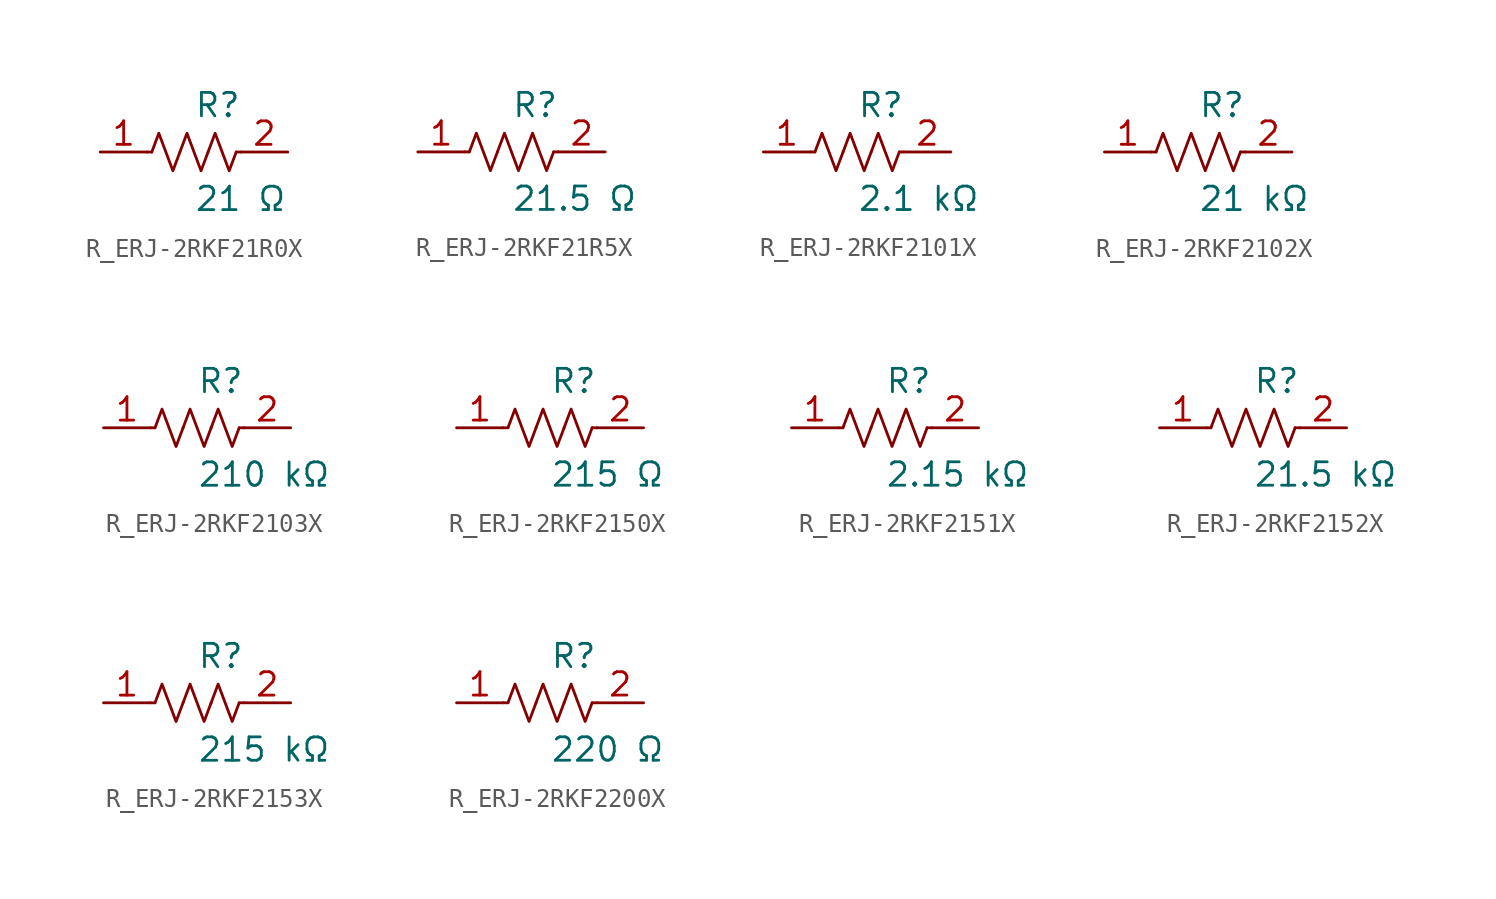
<source format=kicad_sym>
(kicad_symbol_lib
  (version 20231120)
  (generator kicad_symbol_editor)
  (generator_version 8.0)
  (symbol "R_ERJ-2RKF21R0X"
    (pin_names
      (offset 0.254))
    (property "Reference" "R"
      (at 0 2.54 0)
      (effects (font (size 1.27 1.27)) (justify left)))
    (property "Value" "21 Ω"
      (at 0 -2.54 0)
      (effects (font (size 1.27 1.27)) (justify left)))
    (symbol "R_ERJ-2RKF21R0X_0_1"
      (polyline (pts (xy 2.286 0) (xy 2.54 0)) (stroke (width 0) (type default)) (fill (type none)))
      (polyline (pts (xy -2.286 0) (xy -2.54 0)) (stroke (width 0) (type default)) (fill (type none)))
      (polyline (pts (xy 0.762 0) (xy 1.143 1.016) (xy 1.524 0) (xy 1.905 -1.016) (xy 2.286 0)) (stroke (width 0) (type default)) (fill (type none)))
      (polyline (pts (xy -0.762 0) (xy -0.381 1.016) (xy 0 0) (xy 0.381 -1.016) (xy 0.762 0)) (stroke (width 0) (type default)) (fill (type none)))
      (polyline (pts (xy -2.286 0) (xy -1.905 1.016) (xy -1.524 0) (xy -1.143 -1.016) (xy -0.762 0)) (stroke (width 0) (type default)) (fill (type none))))
    (pin passive line
      (at -5.08 0 0)
      (length 2.54)
      (name "" (effects (font (size 1.27 1.27))))
      (number "1" (effects (font (size 1.27 1.27)))))
    (pin passive line
      (at 5.08 0 180)
      (length 2.54)
      (name "" (effects (font (size 1.27 1.27))))
      (number "2" (effects (font (size 1.27 1.27))))))
  (symbol "R_ERJ-2RKF21R5X"
    (pin_names
      (offset 0.254))
    (property "Reference" "R"
      (at 0 2.54 0)
      (effects (font (size 1.27 1.27)) (justify left)))
    (property "Value" "21.5 Ω"
      (at 0 -2.54 0)
      (effects (font (size 1.27 1.27)) (justify left)))
    (symbol "R_ERJ-2RKF21R5X_0_1"
      (polyline (pts (xy 2.286 0) (xy 2.54 0)) (stroke (width 0) (type default)) (fill (type none)))
      (polyline (pts (xy -2.286 0) (xy -2.54 0)) (stroke (width 0) (type default)) (fill (type none)))
      (polyline (pts (xy 0.762 0) (xy 1.143 1.016) (xy 1.524 0) (xy 1.905 -1.016) (xy 2.286 0)) (stroke (width 0) (type default)) (fill (type none)))
      (polyline (pts (xy -0.762 0) (xy -0.381 1.016) (xy 0 0) (xy 0.381 -1.016) (xy 0.762 0)) (stroke (width 0) (type default)) (fill (type none)))
      (polyline (pts (xy -2.286 0) (xy -1.905 1.016) (xy -1.524 0) (xy -1.143 -1.016) (xy -0.762 0)) (stroke (width 0) (type default)) (fill (type none))))
    (pin passive line
      (at -5.08 0 0)
      (length 2.54)
      (name "" (effects (font (size 1.27 1.27))))
      (number "1" (effects (font (size 1.27 1.27)))))
    (pin passive line
      (at 5.08 0 180)
      (length 2.54)
      (name "" (effects (font (size 1.27 1.27))))
      (number "2" (effects (font (size 1.27 1.27))))))
  (symbol "R_ERJ-2RKF2101X"
    (pin_names
      (offset 0.254))
    (property "Reference" "R"
      (at 0 2.54 0)
      (effects (font (size 1.27 1.27)) (justify left)))
    (property "Value" "2.1 kΩ"
      (at 0 -2.54 0)
      (effects (font (size 1.27 1.27)) (justify left)))
    (symbol "R_ERJ-2RKF2101X_0_1"
      (polyline (pts (xy 2.286 0) (xy 2.54 0)) (stroke (width 0) (type default)) (fill (type none)))
      (polyline (pts (xy -2.286 0) (xy -2.54 0)) (stroke (width 0) (type default)) (fill (type none)))
      (polyline (pts (xy 0.762 0) (xy 1.143 1.016) (xy 1.524 0) (xy 1.905 -1.016) (xy 2.286 0)) (stroke (width 0) (type default)) (fill (type none)))
      (polyline (pts (xy -0.762 0) (xy -0.381 1.016) (xy 0 0) (xy 0.381 -1.016) (xy 0.762 0)) (stroke (width 0) (type default)) (fill (type none)))
      (polyline (pts (xy -2.286 0) (xy -1.905 1.016) (xy -1.524 0) (xy -1.143 -1.016) (xy -0.762 0)) (stroke (width 0) (type default)) (fill (type none))))
    (pin passive line
      (at -5.08 0 0)
      (length 2.54)
      (name "" (effects (font (size 1.27 1.27))))
      (number "1" (effects (font (size 1.27 1.27)))))
    (pin passive line
      (at 5.08 0 180)
      (length 2.54)
      (name "" (effects (font (size 1.27 1.27))))
      (number "2" (effects (font (size 1.27 1.27))))))
  (symbol "R_ERJ-2RKF2102X"
    (pin_names
      (offset 0.254))
    (property "Reference" "R"
      (at 0 2.54 0)
      (effects (font (size 1.27 1.27)) (justify left)))
    (property "Value" "21 kΩ"
      (at 0 -2.54 0)
      (effects (font (size 1.27 1.27)) (justify left)))
    (symbol "R_ERJ-2RKF2102X_0_1"
      (polyline (pts (xy 2.286 0) (xy 2.54 0)) (stroke (width 0) (type default)) (fill (type none)))
      (polyline (pts (xy -2.286 0) (xy -2.54 0)) (stroke (width 0) (type default)) (fill (type none)))
      (polyline (pts (xy 0.762 0) (xy 1.143 1.016) (xy 1.524 0) (xy 1.905 -1.016) (xy 2.286 0)) (stroke (width 0) (type default)) (fill (type none)))
      (polyline (pts (xy -0.762 0) (xy -0.381 1.016) (xy 0 0) (xy 0.381 -1.016) (xy 0.762 0)) (stroke (width 0) (type default)) (fill (type none)))
      (polyline (pts (xy -2.286 0) (xy -1.905 1.016) (xy -1.524 0) (xy -1.143 -1.016) (xy -0.762 0)) (stroke (width 0) (type default)) (fill (type none))))
    (pin passive line
      (at -5.08 0 0)
      (length 2.54)
      (name "" (effects (font (size 1.27 1.27))))
      (number "1" (effects (font (size 1.27 1.27)))))
    (pin passive line
      (at 5.08 0 180)
      (length 2.54)
      (name "" (effects (font (size 1.27 1.27))))
      (number "2" (effects (font (size 1.27 1.27))))))
  (symbol "R_ERJ-2RKF2103X"
    (pin_names
      (offset 0.254))
    (property "Reference" "R"
      (at 0 2.54 0)
      (effects (font (size 1.27 1.27)) (justify left)))
    (property "Value" "210 kΩ"
      (at 0 -2.54 0)
      (effects (font (size 1.27 1.27)) (justify left)))
    (symbol "R_ERJ-2RKF2103X_0_1"
      (polyline (pts (xy 2.286 0) (xy 2.54 0)) (stroke (width 0) (type default)) (fill (type none)))
      (polyline (pts (xy -2.286 0) (xy -2.54 0)) (stroke (width 0) (type default)) (fill (type none)))
      (polyline (pts (xy 0.762 0) (xy 1.143 1.016) (xy 1.524 0) (xy 1.905 -1.016) (xy 2.286 0)) (stroke (width 0) (type default)) (fill (type none)))
      (polyline (pts (xy -0.762 0) (xy -0.381 1.016) (xy 0 0) (xy 0.381 -1.016) (xy 0.762 0)) (stroke (width 0) (type default)) (fill (type none)))
      (polyline (pts (xy -2.286 0) (xy -1.905 1.016) (xy -1.524 0) (xy -1.143 -1.016) (xy -0.762 0)) (stroke (width 0) (type default)) (fill (type none))))
    (pin passive line
      (at -5.08 0 0)
      (length 2.54)
      (name "" (effects (font (size 1.27 1.27))))
      (number "1" (effects (font (size 1.27 1.27)))))
    (pin passive line
      (at 5.08 0 180)
      (length 2.54)
      (name "" (effects (font (size 1.27 1.27))))
      (number "2" (effects (font (size 1.27 1.27))))))
  (symbol "R_ERJ-2RKF2150X"
    (pin_names
      (offset 0.254))
    (property "Reference" "R"
      (at 0 2.54 0)
      (effects (font (size 1.27 1.27)) (justify left)))
    (property "Value" "215 Ω"
      (at 0 -2.54 0)
      (effects (font (size 1.27 1.27)) (justify left)))
    (symbol "R_ERJ-2RKF2150X_0_1"
      (polyline (pts (xy 2.286 0) (xy 2.54 0)) (stroke (width 0) (type default)) (fill (type none)))
      (polyline (pts (xy -2.286 0) (xy -2.54 0)) (stroke (width 0) (type default)) (fill (type none)))
      (polyline (pts (xy 0.762 0) (xy 1.143 1.016) (xy 1.524 0) (xy 1.905 -1.016) (xy 2.286 0)) (stroke (width 0) (type default)) (fill (type none)))
      (polyline (pts (xy -0.762 0) (xy -0.381 1.016) (xy 0 0) (xy 0.381 -1.016) (xy 0.762 0)) (stroke (width 0) (type default)) (fill (type none)))
      (polyline (pts (xy -2.286 0) (xy -1.905 1.016) (xy -1.524 0) (xy -1.143 -1.016) (xy -0.762 0)) (stroke (width 0) (type default)) (fill (type none))))
    (pin passive line
      (at -5.08 0 0)
      (length 2.54)
      (name "" (effects (font (size 1.27 1.27))))
      (number "1" (effects (font (size 1.27 1.27)))))
    (pin passive line
      (at 5.08 0 180)
      (length 2.54)
      (name "" (effects (font (size 1.27 1.27))))
      (number "2" (effects (font (size 1.27 1.27))))))
  (symbol "R_ERJ-2RKF2151X"
    (pin_names
      (offset 0.254))
    (property "Reference" "R"
      (at 0 2.54 0)
      (effects (font (size 1.27 1.27)) (justify left)))
    (property "Value" "2.15 kΩ"
      (at 0 -2.54 0)
      (effects (font (size 1.27 1.27)) (justify left)))
    (symbol "R_ERJ-2RKF2151X_0_1"
      (polyline (pts (xy 2.286 0) (xy 2.54 0)) (stroke (width 0) (type default)) (fill (type none)))
      (polyline (pts (xy -2.286 0) (xy -2.54 0)) (stroke (width 0) (type default)) (fill (type none)))
      (polyline (pts (xy 0.762 0) (xy 1.143 1.016) (xy 1.524 0) (xy 1.905 -1.016) (xy 2.286 0)) (stroke (width 0) (type default)) (fill (type none)))
      (polyline (pts (xy -0.762 0) (xy -0.381 1.016) (xy 0 0) (xy 0.381 -1.016) (xy 0.762 0)) (stroke (width 0) (type default)) (fill (type none)))
      (polyline (pts (xy -2.286 0) (xy -1.905 1.016) (xy -1.524 0) (xy -1.143 -1.016) (xy -0.762 0)) (stroke (width 0) (type default)) (fill (type none))))
    (pin passive line
      (at -5.08 0 0)
      (length 2.54)
      (name "" (effects (font (size 1.27 1.27))))
      (number "1" (effects (font (size 1.27 1.27)))))
    (pin passive line
      (at 5.08 0 180)
      (length 2.54)
      (name "" (effects (font (size 1.27 1.27))))
      (number "2" (effects (font (size 1.27 1.27))))))
  (symbol "R_ERJ-2RKF2152X"
    (pin_names
      (offset 0.254))
    (property "Reference" "R"
      (at 0 2.54 0)
      (effects (font (size 1.27 1.27)) (justify left)))
    (property "Value" "21.5 kΩ"
      (at 0 -2.54 0)
      (effects (font (size 1.27 1.27)) (justify left)))
    (symbol "R_ERJ-2RKF2152X_0_1"
      (polyline (pts (xy 2.286 0) (xy 2.54 0)) (stroke (width 0) (type default)) (fill (type none)))
      (polyline (pts (xy -2.286 0) (xy -2.54 0)) (stroke (width 0) (type default)) (fill (type none)))
      (polyline (pts (xy 0.762 0) (xy 1.143 1.016) (xy 1.524 0) (xy 1.905 -1.016) (xy 2.286 0)) (stroke (width 0) (type default)) (fill (type none)))
      (polyline (pts (xy -0.762 0) (xy -0.381 1.016) (xy 0 0) (xy 0.381 -1.016) (xy 0.762 0)) (stroke (width 0) (type default)) (fill (type none)))
      (polyline (pts (xy -2.286 0) (xy -1.905 1.016) (xy -1.524 0) (xy -1.143 -1.016) (xy -0.762 0)) (stroke (width 0) (type default)) (fill (type none))))
    (pin passive line
      (at -5.08 0 0)
      (length 2.54)
      (name "" (effects (font (size 1.27 1.27))))
      (number "1" (effects (font (size 1.27 1.27)))))
    (pin passive line
      (at 5.08 0 180)
      (length 2.54)
      (name "" (effects (font (size 1.27 1.27))))
      (number "2" (effects (font (size 1.27 1.27))))))
  (symbol "R_ERJ-2RKF2153X"
    (pin_names
      (offset 0.254))
    (property "Reference" "R"
      (at 0 2.54 0)
      (effects (font (size 1.27 1.27)) (justify left)))
    (property "Value" "215 kΩ"
      (at 0 -2.54 0)
      (effects (font (size 1.27 1.27)) (justify left)))
    (symbol "R_ERJ-2RKF2153X_0_1"
      (polyline (pts (xy 2.286 0) (xy 2.54 0)) (stroke (width 0) (type default)) (fill (type none)))
      (polyline (pts (xy -2.286 0) (xy -2.54 0)) (stroke (width 0) (type default)) (fill (type none)))
      (polyline (pts (xy 0.762 0) (xy 1.143 1.016) (xy 1.524 0) (xy 1.905 -1.016) (xy 2.286 0)) (stroke (width 0) (type default)) (fill (type none)))
      (polyline (pts (xy -0.762 0) (xy -0.381 1.016) (xy 0 0) (xy 0.381 -1.016) (xy 0.762 0)) (stroke (width 0) (type default)) (fill (type none)))
      (polyline (pts (xy -2.286 0) (xy -1.905 1.016) (xy -1.524 0) (xy -1.143 -1.016) (xy -0.762 0)) (stroke (width 0) (type default)) (fill (type none))))
    (pin passive line
      (at -5.08 0 0)
      (length 2.54)
      (name "" (effects (font (size 1.27 1.27))))
      (number "1" (effects (font (size 1.27 1.27)))))
    (pin passive line
      (at 5.08 0 180)
      (length 2.54)
      (name "" (effects (font (size 1.27 1.27))))
      (number "2" (effects (font (size 1.27 1.27))))))
  (symbol "R_ERJ-2RKF2200X"
    (pin_names
      (offset 0.254))
    (property "Reference" "R"
      (at 0 2.54 0)
      (effects (font (size 1.27 1.27)) (justify left)))
    (property "Value" "220 Ω"
      (at 0 -2.54 0)
      (effects (font (size 1.27 1.27)) (justify left)))
    (symbol "R_ERJ-2RKF2200X_0_1"
      (polyline (pts (xy 2.286 0) (xy 2.54 0)) (stroke (width 0) (type default)) (fill (type none)))
      (polyline (pts (xy -2.286 0) (xy -2.54 0)) (stroke (width 0) (type default)) (fill (type none)))
      (polyline (pts (xy 0.762 0) (xy 1.143 1.016) (xy 1.524 0) (xy 1.905 -1.016) (xy 2.286 0)) (stroke (width 0) (type default)) (fill (type none)))
      (polyline (pts (xy -0.762 0) (xy -0.381 1.016) (xy 0 0) (xy 0.381 -1.016) (xy 0.762 0)) (stroke (width 0) (type default)) (fill (type none)))
      (polyline (pts (xy -2.286 0) (xy -1.905 1.016) (xy -1.524 0) (xy -1.143 -1.016) (xy -0.762 0)) (stroke (width 0) (type default)) (fill (type none))))
    (pin passive line
      (at -5.08 0 0)
      (length 2.54)
      (name "" (effects (font (size 1.27 1.27))))
      (number "1" (effects (font (size 1.27 1.27)))))
    (pin passive line
      (at 5.08 0 180)
      (length 2.54)
      (name "" (effects (font (size 1.27 1.27))))
      (number "2" (effects (font (size 1.27 1.27)))))))
</source>
